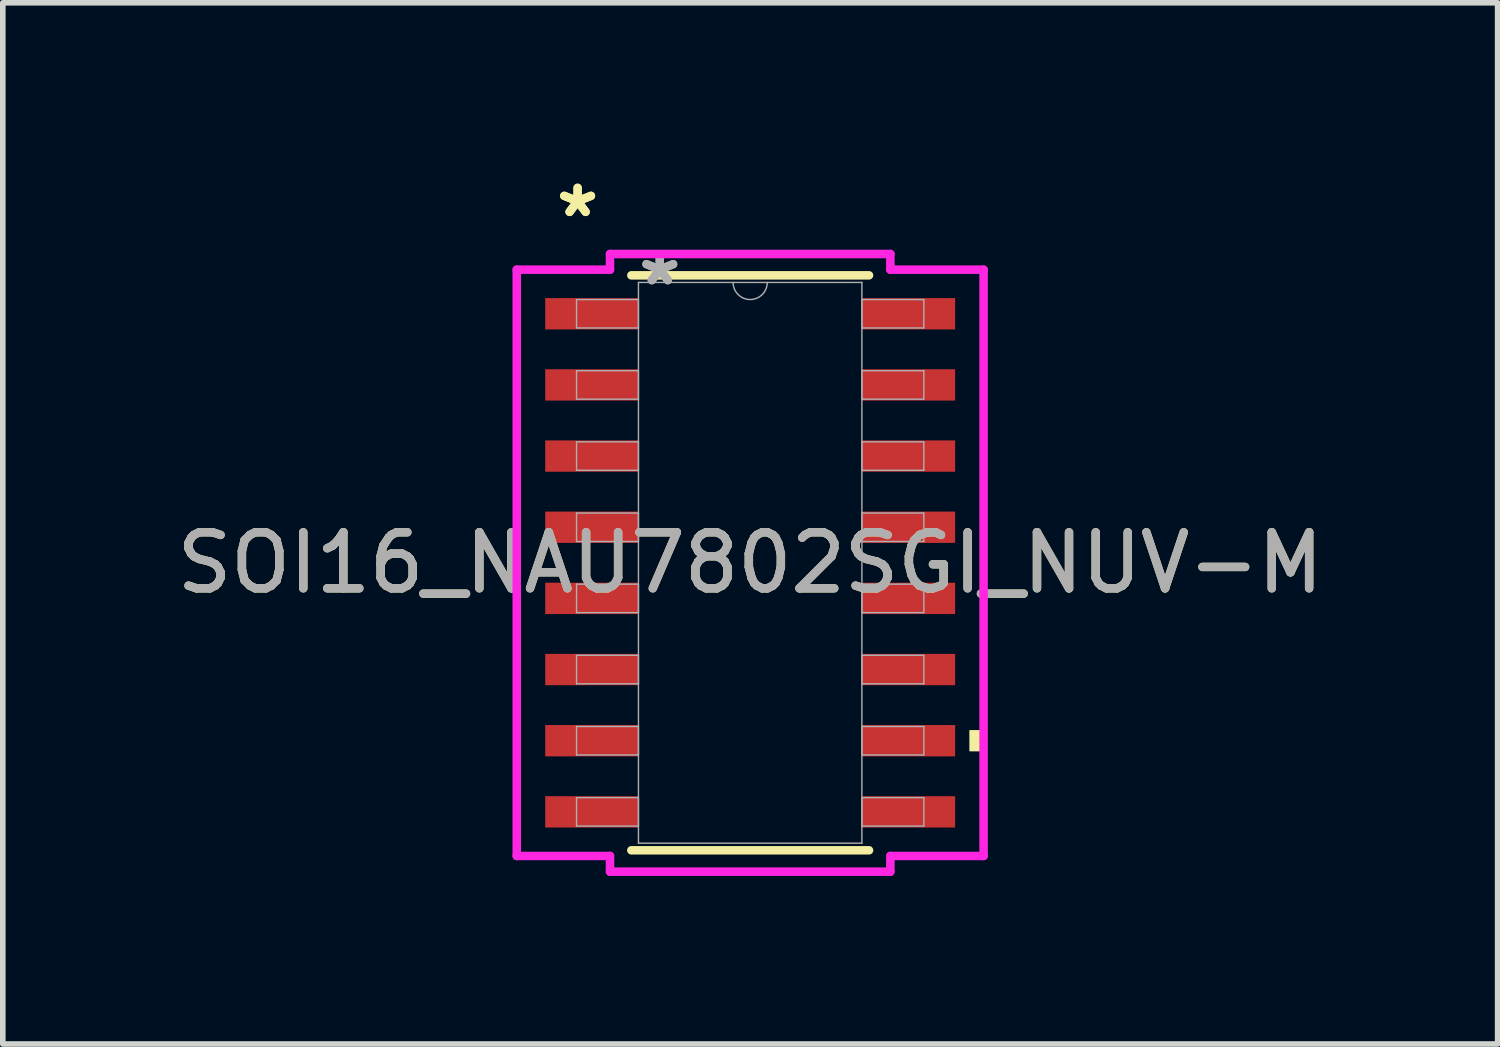
<source format=kicad_pcb>
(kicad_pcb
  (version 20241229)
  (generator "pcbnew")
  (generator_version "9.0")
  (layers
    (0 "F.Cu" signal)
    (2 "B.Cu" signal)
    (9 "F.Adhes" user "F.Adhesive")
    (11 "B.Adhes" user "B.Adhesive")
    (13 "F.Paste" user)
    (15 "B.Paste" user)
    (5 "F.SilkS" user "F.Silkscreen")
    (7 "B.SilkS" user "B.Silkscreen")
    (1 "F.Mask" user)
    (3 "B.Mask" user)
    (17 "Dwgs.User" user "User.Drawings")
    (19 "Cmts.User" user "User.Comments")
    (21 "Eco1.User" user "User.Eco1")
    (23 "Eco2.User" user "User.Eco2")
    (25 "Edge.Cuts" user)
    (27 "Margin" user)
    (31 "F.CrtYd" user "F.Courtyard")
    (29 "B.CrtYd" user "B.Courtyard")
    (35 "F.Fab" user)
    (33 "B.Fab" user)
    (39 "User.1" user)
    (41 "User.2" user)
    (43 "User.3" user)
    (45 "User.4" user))
  (footprint "SOI16_NAU7802SGI_NUV-M"
    (layer "F.Cu")
    (at 10.339 6.995)
    (property "Reference" "SOI16_NAU7802SGI_NUV-M" (at 0 0 0) (unlocked yes) (layer "F.SilkS") (effects (font (size 1 1) (thickness 0.15))))
    (attr smd)
    (fp_line (start -2.121 5.131) (end 2.121 5.131) (stroke (width 0.152) (type solid)) (layer "F.SilkS"))
    (fp_line (start 2.121 -5.131) (end -2.121 -5.131) (stroke (width 0.152) (type solid)) (layer "F.SilkS"))
    (fp_poly (pts (xy 4.166 2.985) (xy 4.166 3.365) (xy 3.912 3.365) (xy 3.912 2.985)) (stroke (width 0) (type solid)) (fill yes) (layer "F.SilkS"))
    (fp_line (start -4.166 -5.232) (end -2.502 -5.232) (stroke (width 0.152) (type solid)) (layer "F.CrtYd"))
    (fp_line (start -4.166 5.232) (end -4.166 -5.232) (stroke (width 0.152) (type solid)) (layer "F.CrtYd"))
    (fp_line (start -4.166 5.232) (end -2.502 5.232) (stroke (width 0.152) (type solid)) (layer "F.CrtYd"))
    (fp_line (start -2.502 -5.512) (end 2.502 -5.512) (stroke (width 0.152) (type solid)) (layer "F.CrtYd"))
    (fp_line (start -2.502 -5.232) (end -2.502 -5.512) (stroke (width 0.152) (type solid)) (layer "F.CrtYd"))
    (fp_line (start -2.502 5.512) (end -2.502 5.232) (stroke (width 0.152) (type solid)) (layer "F.CrtYd"))
    (fp_line (start 2.502 -5.512) (end 2.502 -5.232) (stroke (width 0.152) (type solid)) (layer "F.CrtYd"))
    (fp_line (start 2.502 5.232) (end 2.502 5.512) (stroke (width 0.152) (type solid)) (layer "F.CrtYd"))
    (fp_line (start 2.502 5.512) (end -2.502 5.512) (stroke (width 0.152) (type solid)) (layer "F.CrtYd"))
    (fp_line (start 4.166 -5.232) (end 2.502 -5.232) (stroke (width 0.152) (type solid)) (layer "F.CrtYd"))
    (fp_line (start 4.166 -5.232) (end 4.166 5.232) (stroke (width 0.152) (type solid)) (layer "F.CrtYd"))
    (fp_line (start 4.166 5.232) (end 2.502 5.232) (stroke (width 0.152) (type solid)) (layer "F.CrtYd"))
    (fp_line (start -3.099 -4.699) (end -3.099 -4.191) (stroke (width 0.025) (type solid)) (layer "F.Fab"))
    (fp_line (start -3.099 -4.191) (end -1.994 -4.191) (stroke (width 0.025) (type solid)) (layer "F.Fab"))
    (fp_line (start -3.099 -3.429) (end -3.099 -2.921) (stroke (width 0.025) (type solid)) (layer "F.Fab"))
    (fp_line (start -3.099 -2.921) (end -1.994 -2.921) (stroke (width 0.025) (type solid)) (layer "F.Fab"))
    (fp_line (start -3.099 -2.159) (end -3.099 -1.651) (stroke (width 0.025) (type solid)) (layer "F.Fab"))
    (fp_line (start -3.099 -1.651) (end -1.994 -1.651) (stroke (width 0.025) (type solid)) (layer "F.Fab"))
    (fp_line (start -3.099 -0.889) (end -3.099 -0.381) (stroke (width 0.025) (type solid)) (layer "F.Fab"))
    (fp_line (start -3.099 -0.381) (end -1.994 -0.381) (stroke (width 0.025) (type solid)) (layer "F.Fab"))
    (fp_line (start -3.099 0.381) (end -3.099 0.889) (stroke (width 0.025) (type solid)) (layer "F.Fab"))
    (fp_line (start -3.099 0.889) (end -1.994 0.889) (stroke (width 0.025) (type solid)) (layer "F.Fab"))
    (fp_line (start -3.099 1.651) (end -3.099 2.159) (stroke (width 0.025) (type solid)) (layer "F.Fab"))
    (fp_line (start -3.099 2.159) (end -1.994 2.159) (stroke (width 0.025) (type solid)) (layer "F.Fab"))
    (fp_line (start -3.099 2.921) (end -3.099 3.429) (stroke (width 0.025) (type solid)) (layer "F.Fab"))
    (fp_line (start -3.099 3.429) (end -1.994 3.429) (stroke (width 0.025) (type solid)) (layer "F.Fab"))
    (fp_line (start -3.099 4.191) (end -3.099 4.699) (stroke (width 0.025) (type solid)) (layer "F.Fab"))
    (fp_line (start -3.099 4.699) (end -1.994 4.699) (stroke (width 0.025) (type solid)) (layer "F.Fab"))
    (fp_line (start -1.994 -5.004) (end -1.994 5.004) (stroke (width 0.025) (type solid)) (layer "F.Fab"))
    (fp_line (start -1.994 -4.699) (end -3.099 -4.699) (stroke (width 0.025) (type solid)) (layer "F.Fab"))
    (fp_line (start -1.994 -4.191) (end -1.994 -4.699) (stroke (width 0.025) (type solid)) (layer "F.Fab"))
    (fp_line (start -1.994 -3.429) (end -3.099 -3.429) (stroke (width 0.025) (type solid)) (layer "F.Fab"))
    (fp_line (start -1.994 -2.921) (end -1.994 -3.429) (stroke (width 0.025) (type solid)) (layer "F.Fab"))
    (fp_line (start -1.994 -2.159) (end -3.099 -2.159) (stroke (width 0.025) (type solid)) (layer "F.Fab"))
    (fp_line (start -1.994 -1.651) (end -1.994 -2.159) (stroke (width 0.025) (type solid)) (layer "F.Fab"))
    (fp_line (start -1.994 -0.889) (end -3.099 -0.889) (stroke (width 0.025) (type solid)) (layer "F.Fab"))
    (fp_line (start -1.994 -0.381) (end -1.994 -0.889) (stroke (width 0.025) (type solid)) (layer "F.Fab"))
    (fp_line (start -1.994 0.381) (end -3.099 0.381) (stroke (width 0.025) (type solid)) (layer "F.Fab"))
    (fp_line (start -1.994 0.889) (end -1.994 0.381) (stroke (width 0.025) (type solid)) (layer "F.Fab"))
    (fp_line (start -1.994 1.651) (end -3.099 1.651) (stroke (width 0.025) (type solid)) (layer "F.Fab"))
    (fp_line (start -1.994 2.159) (end -1.994 1.651) (stroke (width 0.025) (type solid)) (layer "F.Fab"))
    (fp_line (start -1.994 2.921) (end -3.099 2.921) (stroke (width 0.025) (type solid)) (layer "F.Fab"))
    (fp_line (start -1.994 3.429) (end -1.994 2.921) (stroke (width 0.025) (type solid)) (layer "F.Fab"))
    (fp_line (start -1.994 4.191) (end -3.099 4.191) (stroke (width 0.025) (type solid)) (layer "F.Fab"))
    (fp_line (start -1.994 4.699) (end -1.994 4.191) (stroke (width 0.025) (type solid)) (layer "F.Fab"))
    (fp_line (start -1.994 5.004) (end 1.994 5.004) (stroke (width 0.025) (type solid)) (layer "F.Fab"))
    (fp_line (start 1.994 -5.004) (end -1.994 -5.004) (stroke (width 0.025) (type solid)) (layer "F.Fab"))
    (fp_line (start 1.994 -4.699) (end 1.994 -4.191) (stroke (width 0.025) (type solid)) (layer "F.Fab"))
    (fp_line (start 1.994 -4.191) (end 3.099 -4.191) (stroke (width 0.025) (type solid)) (layer "F.Fab"))
    (fp_line (start 1.994 -3.429) (end 1.994 -2.921) (stroke (width 0.025) (type solid)) (layer "F.Fab"))
    (fp_line (start 1.994 -2.921) (end 3.099 -2.921) (stroke (width 0.025) (type solid)) (layer "F.Fab"))
    (fp_line (start 1.994 -2.159) (end 1.994 -1.651) (stroke (width 0.025) (type solid)) (layer "F.Fab"))
    (fp_line (start 1.994 -1.651) (end 3.099 -1.651) (stroke (width 0.025) (type solid)) (layer "F.Fab"))
    (fp_line (start 1.994 -0.889) (end 1.994 -0.381) (stroke (width 0.025) (type solid)) (layer "F.Fab"))
    (fp_line (start 1.994 -0.381) (end 3.099 -0.381) (stroke (width 0.025) (type solid)) (layer "F.Fab"))
    (fp_line (start 1.994 0.381) (end 1.994 0.889) (stroke (width 0.025) (type solid)) (layer "F.Fab"))
    (fp_line (start 1.994 0.889) (end 3.099 0.889) (stroke (width 0.025) (type solid)) (layer "F.Fab"))
    (fp_line (start 1.994 1.651) (end 1.994 2.159) (stroke (width 0.025) (type solid)) (layer "F.Fab"))
    (fp_line (start 1.994 2.159) (end 3.099 2.159) (stroke (width 0.025) (type solid)) (layer "F.Fab"))
    (fp_line (start 1.994 2.921) (end 1.994 3.429) (stroke (width 0.025) (type solid)) (layer "F.Fab"))
    (fp_line (start 1.994 3.429) (end 3.099 3.429) (stroke (width 0.025) (type solid)) (layer "F.Fab"))
    (fp_line (start 1.994 4.191) (end 1.994 4.699) (stroke (width 0.025) (type solid)) (layer "F.Fab"))
    (fp_line (start 1.994 4.699) (end 3.099 4.699) (stroke (width 0.025) (type solid)) (layer "F.Fab"))
    (fp_line (start 1.994 5.004) (end 1.994 -5.004) (stroke (width 0.025) (type solid)) (layer "F.Fab"))
    (fp_line (start 3.099 -4.699) (end 1.994 -4.699) (stroke (width 0.025) (type solid)) (layer "F.Fab"))
    (fp_line (start 3.099 -4.191) (end 3.099 -4.699) (stroke (width 0.025) (type solid)) (layer "F.Fab"))
    (fp_line (start 3.099 -3.429) (end 1.994 -3.429) (stroke (width 0.025) (type solid)) (layer "F.Fab"))
    (fp_line (start 3.099 -2.921) (end 3.099 -3.429) (stroke (width 0.025) (type solid)) (layer "F.Fab"))
    (fp_line (start 3.099 -2.159) (end 1.994 -2.159) (stroke (width 0.025) (type solid)) (layer "F.Fab"))
    (fp_line (start 3.099 -1.651) (end 3.099 -2.159) (stroke (width 0.025) (type solid)) (layer "F.Fab"))
    (fp_line (start 3.099 -0.889) (end 1.994 -0.889) (stroke (width 0.025) (type solid)) (layer "F.Fab"))
    (fp_line (start 3.099 -0.381) (end 3.099 -0.889) (stroke (width 0.025) (type solid)) (layer "F.Fab"))
    (fp_line (start 3.099 0.381) (end 1.994 0.381) (stroke (width 0.025) (type solid)) (layer "F.Fab"))
    (fp_line (start 3.099 0.889) (end 3.099 0.381) (stroke (width 0.025) (type solid)) (layer "F.Fab"))
    (fp_line (start 3.099 1.651) (end 1.994 1.651) (stroke (width 0.025) (type solid)) (layer "F.Fab"))
    (fp_line (start 3.099 2.159) (end 3.099 1.651) (stroke (width 0.025) (type solid)) (layer "F.Fab"))
    (fp_line (start 3.099 2.921) (end 1.994 2.921) (stroke (width 0.025) (type solid)) (layer "F.Fab"))
    (fp_line (start 3.099 3.429) (end 3.099 2.921) (stroke (width 0.025) (type solid)) (layer "F.Fab"))
    (fp_line (start 3.099 4.191) (end 1.994 4.191) (stroke (width 0.025) (type solid)) (layer "F.Fab"))
    (fp_line (start 3.099 4.699) (end 3.099 4.191) (stroke (width 0.025) (type solid)) (layer "F.Fab"))
    (fp_arc (start 0.3048 -5.0038) (mid 0 -4.699) (end -0.3048 -5.0038) (stroke (width 0.0254) (type solid)) (layer "F.Fab"))
    (fp_text user "*" (at -3.08 -6.147 0) (unlocked yes) (layer "F.SilkS") (effects (font (size 1 1) (thickness 0.15))))
    (fp_text user "*" (at -3.08 -6.147 0) (layer "F.SilkS") (effects (font (size 1 1) (thickness 0.15))))
    (fp_text user "${REFERENCE}" (at 0 0 0) (unlocked yes) (layer "F.Fab") (effects (font (size 1 1) (thickness 0.15))))
    (fp_text user "*" (at -1.613 -4.928 0) (unlocked yes) (layer "F.Fab") (effects (font (size 1 1) (thickness 0.15))))
    (fp_text user "*" (at -1.613 -4.928 0) (layer "F.Fab") (effects (font (size 1 1) (thickness 0.15))))
    (pad "1" smd rect (at -2.826 -4.445) (size 1.664 0.559) (layers "F.Cu" "F.Mask" "F.Paste"))
    (pad "2" smd rect (at -2.826 -3.175) (size 1.664 0.559) (layers "F.Cu" "F.Mask" "F.Paste"))
    (pad "3" smd rect (at -2.826 -1.905) (size 1.664 0.559) (layers "F.Cu" "F.Mask" "F.Paste"))
    (pad "4" smd rect (at -2.826 -0.635) (size 1.664 0.559) (layers "F.Cu" "F.Mask" "F.Paste"))
    (pad "5" smd rect (at -2.826 0.635) (size 1.664 0.559) (layers "F.Cu" "F.Mask" "F.Paste"))
    (pad "6" smd rect (at -2.826 1.905) (size 1.664 0.559) (layers "F.Cu" "F.Mask" "F.Paste"))
    (pad "7" smd rect (at -2.826 3.175) (size 1.664 0.559) (layers "F.Cu" "F.Mask" "F.Paste"))
    (pad "8" smd rect (at -2.826 4.445) (size 1.664 0.559) (layers "F.Cu" "F.Mask" "F.Paste"))
    (pad "9" smd rect (at 2.826 4.445) (size 1.664 0.559) (layers "F.Cu" "F.Mask" "F.Paste"))
    (pad "10" smd rect (at 2.826 3.175) (size 1.664 0.559) (layers "F.Cu" "F.Mask" "F.Paste"))
    (pad "11" smd rect (at 2.826 1.905) (size 1.664 0.559) (layers "F.Cu" "F.Mask" "F.Paste"))
    (pad "12" smd rect (at 2.826 0.635) (size 1.664 0.559) (layers "F.Cu" "F.Mask" "F.Paste"))
    (pad "13" smd rect (at 2.826 -0.635) (size 1.664 0.559) (layers "F.Cu" "F.Mask" "F.Paste"))
    (pad "14" smd rect (at 2.826 -1.905) (size 1.664 0.559) (layers "F.Cu" "F.Mask" "F.Paste"))
    (pad "15" smd rect (at 2.826 -3.175) (size 1.664 0.559) (layers "F.Cu" "F.Mask" "F.Paste"))
    (pad "16" smd rect (at 2.826 -4.445) (size 1.664 0.559) (layers "F.Cu" "F.Mask" "F.Paste")))
  (gr_rect
    (start -3 -3)
    (end 23.679 15.583)
    (stroke (width 0.1) (type default))
    (fill no)
    (layer "Edge.Cuts")))
</source>
